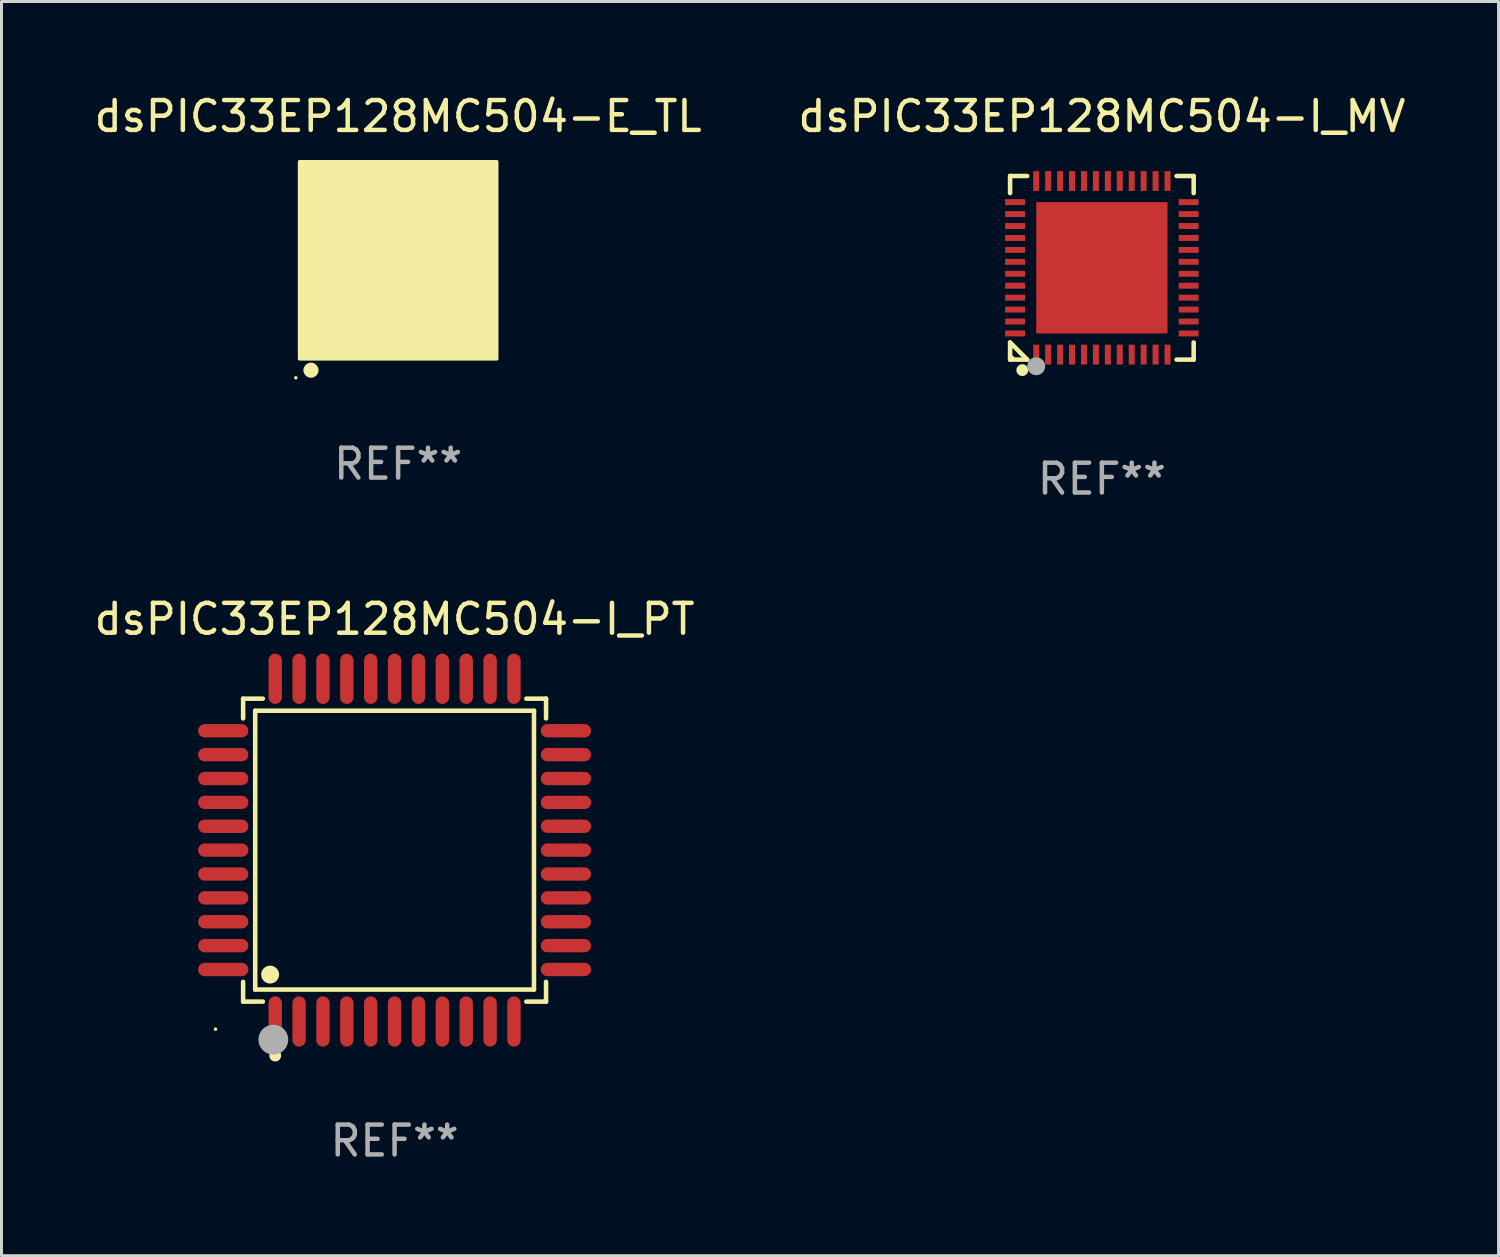
<source format=kicad_pcb>
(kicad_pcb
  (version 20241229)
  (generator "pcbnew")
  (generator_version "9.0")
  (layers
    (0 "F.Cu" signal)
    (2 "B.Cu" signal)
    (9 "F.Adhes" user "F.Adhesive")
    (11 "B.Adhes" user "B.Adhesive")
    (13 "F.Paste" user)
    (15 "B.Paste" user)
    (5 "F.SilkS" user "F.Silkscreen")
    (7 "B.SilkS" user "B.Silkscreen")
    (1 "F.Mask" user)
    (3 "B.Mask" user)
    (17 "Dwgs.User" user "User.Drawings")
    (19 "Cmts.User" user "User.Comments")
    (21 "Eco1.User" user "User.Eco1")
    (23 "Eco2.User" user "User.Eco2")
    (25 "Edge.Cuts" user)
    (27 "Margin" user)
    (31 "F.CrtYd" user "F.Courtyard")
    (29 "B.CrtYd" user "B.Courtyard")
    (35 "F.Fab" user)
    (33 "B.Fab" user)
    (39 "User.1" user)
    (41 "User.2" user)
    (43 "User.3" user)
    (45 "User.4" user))
  (footprint "dsPIC33EP128MC504-E_TL"
    (layer "F.Cu")
    (at 10.292 5.673)
    (property "Reference" "dsPIC33EP128MC504-E_TL" (at 0 -4.825 0) (layer "F.SilkS") (effects (font (size 1 1) (thickness 0.15))))
    (attr through_hole)
    (fp_circle (center -3.429 3.937) (end -3.399 3.937) (stroke (width 0.06) (type solid)) (fill no) (layer "F.SilkS"))
    (fp_circle (center -2.921 3.683) (end -2.794 3.683) (stroke (width 0.254) (type solid)) (fill no) (layer "F.SilkS"))
    (fp_poly (pts (xy -3.302 -3.302) (xy 3.302 -3.302) (xy 3.302 3.302) (xy -3.302 3.302)) (stroke (width 0.12) (type solid)) (fill yes) (layer "F.SilkS"))
    (fp_text user "REF**" (at 0 6.825 0) (layer "F.Fab") (effects (font (size 1 1) (thickness 0.15))))
    (pad "1" smd rect (at -2.25 2.825) (size 0.3 0.45) (layers "F.Cu" "F.Mask" "F.Paste"))
    (pad "2" smd rect (at -1.75 2.825) (size 0.3 0.45) (layers "F.Cu" "F.Mask" "F.Paste"))
    (pad "3" smd rect (at -1.25 2.825) (size 0.3 0.45) (layers "F.Cu" "F.Mask" "F.Paste"))
    (pad "4" smd rect (at -0.75 2.825) (size 0.3 0.45) (layers "F.Cu" "F.Mask" "F.Paste"))
    (pad "5" smd rect (at -0.25 2.825) (size 0.3 0.45) (layers "F.Cu" "F.Mask" "F.Paste"))
    (pad "6" smd rect (at 0.25 2.825) (size 0.3 0.45) (layers "F.Cu" "F.Mask" "F.Paste"))
    (pad "7" smd rect (at 0.75 2.825) (size 0.3 0.45) (layers "F.Cu" "F.Mask" "F.Paste"))
    (pad "8" smd rect (at 1.25 2.825) (size 0.3 0.45) (layers "F.Cu" "F.Mask" "F.Paste"))
    (pad "9" smd rect (at 1.75 2.825) (size 0.3 0.45) (layers "F.Cu" "F.Mask" "F.Paste"))
    (pad "10" smd rect (at 2.25 2.825) (size 0.3 0.45) (layers "F.Cu" "F.Mask" "F.Paste"))
    (pad "11" smd rect (at 2.825 2.825 90) (size 0.45 0.45) (layers "F.Cu" "F.Mask" "F.Paste"))
    (pad "12" smd rect (at 2.825 2.25 90) (size 0.3 0.45) (layers "F.Cu" "F.Mask" "F.Paste"))
    (pad "13" smd rect (at 2.825 1.75 90) (size 0.3 0.45) (layers "F.Cu" "F.Mask" "F.Paste"))
    (pad "14" smd rect (at 2.825 1.25 90) (size 0.3 0.45) (layers "F.Cu" "F.Mask" "F.Paste"))
    (pad "15" smd rect (at 2.825 0.75 90) (size 0.3 0.45) (layers "F.Cu" "F.Mask" "F.Paste"))
    (pad "16" smd rect (at 2.825 0.25 90) (size 0.3 0.45) (layers "F.Cu" "F.Mask" "F.Paste"))
    (pad "17" smd rect (at 2.825 -0.25 90) (size 0.3 0.45) (layers "F.Cu" "F.Mask" "F.Paste"))
    (pad "18" smd rect (at 2.825 -0.75 90) (size 0.3 0.45) (layers "F.Cu" "F.Mask" "F.Paste"))
    (pad "19" smd rect (at 2.825 -1.25 90) (size 0.3 0.45) (layers "F.Cu" "F.Mask" "F.Paste"))
    (pad "20" smd rect (at 2.825 -1.75 90) (size 0.3 0.45) (layers "F.Cu" "F.Mask" "F.Paste"))
    (pad "21" smd rect (at 2.825 -2.25 90) (size 0.3 0.45) (layers "F.Cu" "F.Mask" "F.Paste"))
    (pad "22" smd rect (at 2.825 -2.825 90) (size 0.45 0.45) (layers "F.Cu" "F.Mask" "F.Paste"))
    (pad "23" smd rect (at 2.25 -2.825) (size 0.3 0.45) (layers "F.Cu" "F.Mask" "F.Paste"))
    (pad "24" smd rect (at 1.75 -2.825) (size 0.3 0.45) (layers "F.Cu" "F.Mask" "F.Paste"))
    (pad "25" smd rect (at 1.25 -2.825) (size 0.3 0.45) (layers "F.Cu" "F.Mask" "F.Paste"))
    (pad "26" smd rect (at 0.75 -2.825) (size 0.3 0.45) (layers "F.Cu" "F.Mask" "F.Paste"))
    (pad "27" smd rect (at 0.25 -2.825) (size 0.3 0.45) (layers "F.Cu" "F.Mask" "F.Paste"))
    (pad "28" smd rect (at -0.25 -2.825) (size 0.3 0.45) (layers "F.Cu" "F.Mask" "F.Paste"))
    (pad "29" smd rect (at -0.75 -2.825) (size 0.3 0.45) (layers "F.Cu" "F.Mask" "F.Paste"))
    (pad "30" smd rect (at -1.25 -2.825) (size 0.3 0.45) (layers "F.Cu" "F.Mask" "F.Paste"))
    (pad "31" smd rect (at -1.75 -2.825) (size 0.3 0.45) (layers "F.Cu" "F.Mask" "F.Paste"))
    (pad "32" smd rect (at -2.25 -2.825) (size 0.3 0.45) (layers "F.Cu" "F.Mask" "F.Paste"))
    (pad "33" smd rect (at -2.825 -2.825 90) (size 0.45 0.45) (layers "F.Cu" "F.Mask" "F.Paste"))
    (pad "34" smd rect (at -2.825 -2.25 90) (size 0.3 0.45) (layers "F.Cu" "F.Mask" "F.Paste"))
    (pad "35" smd rect (at -2.825 -1.75 90) (size 0.3 0.45) (layers "F.Cu" "F.Mask" "F.Paste"))
    (pad "36" smd rect (at -2.825 -1.25 90) (size 0.3 0.45) (layers "F.Cu" "F.Mask" "F.Paste"))
    (pad "37" smd rect (at -2.825 -0.75 90) (size 0.3 0.45) (layers "F.Cu" "F.Mask" "F.Paste"))
    (pad "38" smd rect (at -2.825 -0.25 90) (size 0.3 0.45) (layers "F.Cu" "F.Mask" "F.Paste"))
    (pad "39" smd rect (at -2.825 0.25 90) (size 0.3 0.45) (layers "F.Cu" "F.Mask" "F.Paste"))
    (pad "40" smd rect (at -2.825 0.75 90) (size 0.3 0.45) (layers "F.Cu" "F.Mask" "F.Paste"))
    (pad "41" smd rect (at -2.825 1.25 90) (size 0.3 0.45) (layers "F.Cu" "F.Mask" "F.Paste"))
    (pad "42" smd rect (at -2.825 1.75 90) (size 0.3 0.45) (layers "F.Cu" "F.Mask" "F.Paste"))
    (pad "43" smd rect (at -2.825 2.25 90) (size 0.3 0.45) (layers "F.Cu" "F.Mask" "F.Paste"))
    (pad "44" smd rect (at -2.825 2.825 90) (size 0.45 0.45) (layers "F.Cu" "F.Mask" "F.Paste"))
    (pad "45" smd rect (at 0 0 90) (size 4.6 4.6) (layers "F.Cu" "F.Mask" "F.Paste")))
  (footprint "dsPIC33EP128MC504-I_PT"
    (layer "F.Cu")
    (at 10.173 25.439)
    (property "Reference" "dsPIC33EP128MC504-I_PT" (at 0 -7.742 0) (layer "F.SilkS") (effects (font (size 1 1) (thickness 0.15))))
    (attr through_hole)
    (fp_line (start -5.076 -5.076) (end -4.415 -5.076) (stroke (width 0.152) (type solid)) (layer "F.SilkS"))
    (fp_line (start -5.076 -4.415) (end -5.076 -5.076) (stroke (width 0.152) (type solid)) (layer "F.SilkS"))
    (fp_line (start -5.076 4.415) (end -5.076 5.076) (stroke (width 0.152) (type solid)) (layer "F.SilkS"))
    (fp_line (start -5.076 5.076) (end -4.415 5.076) (stroke (width 0.152) (type solid)) (layer "F.SilkS"))
    (fp_line (start -4.671 -4.671) (end 4.671 -4.671) (stroke (width 0.152) (type solid)) (layer "F.SilkS"))
    (fp_line (start -4.671 4.671) (end -4.671 -4.671) (stroke (width 0.152) (type solid)) (layer "F.SilkS"))
    (fp_line (start 4.671 -4.671) (end 4.671 4.671) (stroke (width 0.152) (type solid)) (layer "F.SilkS"))
    (fp_line (start 4.671 4.671) (end -4.671 4.671) (stroke (width 0.152) (type solid)) (layer "F.SilkS"))
    (fp_line (start 5.076 -5.076) (end 4.415 -5.076) (stroke (width 0.152) (type solid)) (layer "F.SilkS"))
    (fp_line (start 5.076 -4.415) (end 5.076 -5.076) (stroke (width 0.152) (type solid)) (layer "F.SilkS"))
    (fp_line (start 5.076 4.415) (end 5.076 5.076) (stroke (width 0.152) (type solid)) (layer "F.SilkS"))
    (fp_line (start 5.076 5.076) (end 4.415 5.076) (stroke (width 0.152) (type solid)) (layer "F.SilkS"))
    (fp_circle (center -6 6) (end -5.97 6) (stroke (width 0.06) (type solid)) (fill no) (layer "F.SilkS"))
    (fp_circle (center -4.171 4.171) (end -4.021 4.171) (stroke (width 0.3) (type solid)) (fill no) (layer "F.SilkS"))
    (fp_circle (center -4 6.884) (end -3.9 6.884) (stroke (width 0.2) (type solid)) (fill no) (layer "F.SilkS"))
    (fp_circle (center -4.064 6.35) (end -3.814 6.35) (stroke (width 0.5) (type solid)) (fill no) (layer "F.Fab"))
    (fp_text user "REF**" (at 0 9.742 0) (layer "F.Fab") (effects (font (size 1 1) (thickness 0.15))))
    (pad "1" smd oval (at -4 5.742) (size 0.448 1.684) (layers "F.Cu" "F.Mask" "F.Paste"))
    (pad "2" smd oval (at -3.2 5.742) (size 0.448 1.684) (layers "F.Cu" "F.Mask" "F.Paste"))
    (pad "3" smd oval (at -2.4 5.742) (size 0.448 1.684) (layers "F.Cu" "F.Mask" "F.Paste"))
    (pad "4" smd oval (at -1.6 5.742) (size 0.448 1.684) (layers "F.Cu" "F.Mask" "F.Paste"))
    (pad "5" smd oval (at -0.8 5.742) (size 0.448 1.684) (layers "F.Cu" "F.Mask" "F.Paste"))
    (pad "6" smd oval (at 0 5.742) (size 0.448 1.684) (layers "F.Cu" "F.Mask" "F.Paste"))
    (pad "7" smd oval (at 0.8 5.742) (size 0.448 1.684) (layers "F.Cu" "F.Mask" "F.Paste"))
    (pad "8" smd oval (at 1.6 5.742) (size 0.448 1.684) (layers "F.Cu" "F.Mask" "F.Paste"))
    (pad "9" smd oval (at 2.4 5.742) (size 0.448 1.684) (layers "F.Cu" "F.Mask" "F.Paste"))
    (pad "10" smd oval (at 3.2 5.742) (size 0.448 1.684) (layers "F.Cu" "F.Mask" "F.Paste"))
    (pad "11" smd oval (at 4 5.742) (size 0.448 1.684) (layers "F.Cu" "F.Mask" "F.Paste"))
    (pad "12" smd oval (at 5.742 4) (size 1.684 0.448) (layers "F.Cu" "F.Mask" "F.Paste"))
    (pad "13" smd oval (at 5.742 3.2) (size 1.684 0.448) (layers "F.Cu" "F.Mask" "F.Paste"))
    (pad "14" smd oval (at 5.742 2.4) (size 1.684 0.448) (layers "F.Cu" "F.Mask" "F.Paste"))
    (pad "15" smd oval (at 5.742 1.6) (size 1.684 0.448) (layers "F.Cu" "F.Mask" "F.Paste"))
    (pad "16" smd oval (at 5.742 0.8) (size 1.684 0.448) (layers "F.Cu" "F.Mask" "F.Paste"))
    (pad "17" smd oval (at 5.742 0) (size 1.684 0.448) (layers "F.Cu" "F.Mask" "F.Paste"))
    (pad "18" smd oval (at 5.742 -0.8) (size 1.684 0.448) (layers "F.Cu" "F.Mask" "F.Paste"))
    (pad "19" smd oval (at 5.742 -1.6) (size 1.684 0.448) (layers "F.Cu" "F.Mask" "F.Paste"))
    (pad "20" smd oval (at 5.742 -2.4) (size 1.684 0.448) (layers "F.Cu" "F.Mask" "F.Paste"))
    (pad "21" smd oval (at 5.742 -3.2) (size 1.684 0.448) (layers "F.Cu" "F.Mask" "F.Paste"))
    (pad "22" smd oval (at 5.742 -4) (size 1.684 0.448) (layers "F.Cu" "F.Mask" "F.Paste"))
    (pad "23" smd oval (at 4 -5.742) (size 0.448 1.684) (layers "F.Cu" "F.Mask" "F.Paste"))
    (pad "24" smd oval (at 3.2 -5.742) (size 0.448 1.684) (layers "F.Cu" "F.Mask" "F.Paste"))
    (pad "25" smd oval (at 2.4 -5.742) (size 0.448 1.684) (layers "F.Cu" "F.Mask" "F.Paste"))
    (pad "26" smd oval (at 1.6 -5.742) (size 0.448 1.684) (layers "F.Cu" "F.Mask" "F.Paste"))
    (pad "27" smd oval (at 0.8 -5.742) (size 0.448 1.684) (layers "F.Cu" "F.Mask" "F.Paste"))
    (pad "28" smd oval (at 0 -5.742) (size 0.448 1.684) (layers "F.Cu" "F.Mask" "F.Paste"))
    (pad "29" smd oval (at -0.8 -5.742) (size 0.448 1.684) (layers "F.Cu" "F.Mask" "F.Paste"))
    (pad "30" smd oval (at -1.6 -5.742) (size 0.448 1.684) (layers "F.Cu" "F.Mask" "F.Paste"))
    (pad "31" smd oval (at -2.4 -5.742) (size 0.448 1.684) (layers "F.Cu" "F.Mask" "F.Paste"))
    (pad "32" smd oval (at -3.2 -5.742) (size 0.448 1.684) (layers "F.Cu" "F.Mask" "F.Paste"))
    (pad "33" smd oval (at -4 -5.742) (size 0.448 1.684) (layers "F.Cu" "F.Mask" "F.Paste"))
    (pad "34" smd oval (at -5.742 -4) (size 1.684 0.448) (layers "F.Cu" "F.Mask" "F.Paste"))
    (pad "35" smd oval (at -5.742 -3.2) (size 1.684 0.448) (layers "F.Cu" "F.Mask" "F.Paste"))
    (pad "36" smd oval (at -5.742 -2.4) (size 1.684 0.448) (layers "F.Cu" "F.Mask" "F.Paste"))
    (pad "37" smd oval (at -5.742 -1.6) (size 1.684 0.448) (layers "F.Cu" "F.Mask" "F.Paste"))
    (pad "38" smd oval (at -5.742 -0.8) (size 1.684 0.448) (layers "F.Cu" "F.Mask" "F.Paste"))
    (pad "39" smd oval (at -5.742 0) (size 1.684 0.448) (layers "F.Cu" "F.Mask" "F.Paste"))
    (pad "40" smd oval (at -5.742 0.8) (size 1.684 0.448) (layers "F.Cu" "F.Mask" "F.Paste"))
    (pad "41" smd oval (at -5.742 1.6) (size 1.684 0.448) (layers "F.Cu" "F.Mask" "F.Paste"))
    (pad "42" smd oval (at -5.742 2.4) (size 1.684 0.448) (layers "F.Cu" "F.Mask" "F.Paste"))
    (pad "43" smd oval (at -5.742 3.2) (size 1.684 0.448) (layers "F.Cu" "F.Mask" "F.Paste"))
    (pad "44" smd oval (at -5.742 4) (size 1.684 0.448) (layers "F.Cu" "F.Mask" "F.Paste")))
  (footprint "dsPIC33EP128MC504-I_MV"
    (layer "F.Cu")
    (at 33.875 5.924)
    (property "Reference" "dsPIC33EP128MC504-I_MV" (at 0 -5.076 0) (layer "F.SilkS") (effects (font (size 1 1) (thickness 0.15))))
    (attr through_hole)
    (fp_line (start -3.076 -3.076) (end -2.503 -3.076) (stroke (width 0.152) (type solid)) (layer "F.SilkS"))
    (fp_line (start -3.076 -2.503) (end -3.076 -3.076) (stroke (width 0.152) (type solid)) (layer "F.SilkS"))
    (fp_line (start -3.076 2.503) (end -3.076 3.076) (stroke (width 0.152) (type solid)) (layer "F.SilkS"))
    (fp_line (start -3.076 2.503) (end -2.503 3.076) (stroke (width 0.152) (type solid)) (layer "F.SilkS"))
    (fp_line (start -3.076 3.076) (end -2.503 3.076) (stroke (width 0.152) (type solid)) (layer "F.SilkS"))
    (fp_line (start 3.076 -3.076) (end 2.503 -3.076) (stroke (width 0.152) (type solid)) (layer "F.SilkS"))
    (fp_line (start 3.076 -2.503) (end 3.076 -3.076) (stroke (width 0.152) (type solid)) (layer "F.SilkS"))
    (fp_line (start 3.076 2.503) (end 3.076 3.076) (stroke (width 0.152) (type solid)) (layer "F.SilkS"))
    (fp_line (start 3.076 3.076) (end 2.503 3.076) (stroke (width 0.152) (type solid)) (layer "F.SilkS"))
    (fp_circle (center -3 3) (end -2.97 3) (stroke (width 0.06) (type solid)) (fill no) (layer "F.SilkS"))
    (fp_circle (center -2.667 3.429) (end -2.567 3.429) (stroke (width 0.2) (type solid)) (fill no) (layer "F.SilkS"))
    (fp_circle (center -2.2 3.3) (end -2.05 3.3) (stroke (width 0.3) (type solid)) (fill no) (layer "F.Fab"))
    (fp_text user "REF**" (at 0 7.076 0) (layer "F.Fab") (effects (font (size 1 1) (thickness 0.15))))
    (pad "1" smd rect (at -2.2 2.908) (size 0.2 0.665) (layers "F.Cu" "F.Mask" "F.Paste"))
    (pad "2" smd rect (at -1.8 2.908) (size 0.2 0.665) (layers "F.Cu" "F.Mask" "F.Paste"))
    (pad "3" smd rect (at -1.4 2.908) (size 0.2 0.665) (layers "F.Cu" "F.Mask" "F.Paste"))
    (pad "4" smd rect (at -1 2.908) (size 0.2 0.665) (layers "F.Cu" "F.Mask" "F.Paste"))
    (pad "5" smd rect (at -0.6 2.908) (size 0.2 0.665) (layers "F.Cu" "F.Mask" "F.Paste"))
    (pad "6" smd rect (at -0.2 2.908) (size 0.2 0.665) (layers "F.Cu" "F.Mask" "F.Paste"))
    (pad "7" smd rect (at 0.2 2.908) (size 0.2 0.665) (layers "F.Cu" "F.Mask" "F.Paste"))
    (pad "8" smd rect (at 0.6 2.908) (size 0.2 0.665) (layers "F.Cu" "F.Mask" "F.Paste"))
    (pad "9" smd rect (at 1 2.908) (size 0.2 0.665) (layers "F.Cu" "F.Mask" "F.Paste"))
    (pad "10" smd rect (at 1.4 2.908) (size 0.2 0.665) (layers "F.Cu" "F.Mask" "F.Paste"))
    (pad "11" smd rect (at 1.8 2.908) (size 0.2 0.665) (layers "F.Cu" "F.Mask" "F.Paste"))
    (pad "12" smd rect (at 2.2 2.908) (size 0.2 0.665) (layers "F.Cu" "F.Mask" "F.Paste"))
    (pad "13" smd rect (at 2.908 2.2) (size 0.665 0.2) (layers "F.Cu" "F.Mask" "F.Paste"))
    (pad "14" smd rect (at 2.908 1.8) (size 0.665 0.2) (layers "F.Cu" "F.Mask" "F.Paste"))
    (pad "15" smd rect (at 2.908 1.4) (size 0.665 0.2) (layers "F.Cu" "F.Mask" "F.Paste"))
    (pad "16" smd rect (at 2.908 1) (size 0.665 0.2) (layers "F.Cu" "F.Mask" "F.Paste"))
    (pad "17" smd rect (at 2.908 0.6) (size 0.665 0.2) (layers "F.Cu" "F.Mask" "F.Paste"))
    (pad "18" smd rect (at 2.908 0.2) (size 0.665 0.2) (layers "F.Cu" "F.Mask" "F.Paste"))
    (pad "19" smd rect (at 2.908 -0.2) (size 0.665 0.2) (layers "F.Cu" "F.Mask" "F.Paste"))
    (pad "20" smd rect (at 2.908 -0.6) (size 0.665 0.2) (layers "F.Cu" "F.Mask" "F.Paste"))
    (pad "21" smd rect (at 2.908 -1) (size 0.665 0.2) (layers "F.Cu" "F.Mask" "F.Paste"))
    (pad "22" smd rect (at 2.908 -1.4) (size 0.665 0.2) (layers "F.Cu" "F.Mask" "F.Paste"))
    (pad "23" smd rect (at 2.908 -1.8) (size 0.665 0.2) (layers "F.Cu" "F.Mask" "F.Paste"))
    (pad "24" smd rect (at 2.908 -2.2) (size 0.665 0.2) (layers "F.Cu" "F.Mask" "F.Paste"))
    (pad "25" smd rect (at 2.2 -2.908) (size 0.2 0.665) (layers "F.Cu" "F.Mask" "F.Paste"))
    (pad "26" smd rect (at 1.8 -2.908) (size 0.2 0.665) (layers "F.Cu" "F.Mask" "F.Paste"))
    (pad "27" smd rect (at 1.4 -2.908) (size 0.2 0.665) (layers "F.Cu" "F.Mask" "F.Paste"))
    (pad "28" smd rect (at 1 -2.908) (size 0.2 0.665) (layers "F.Cu" "F.Mask" "F.Paste"))
    (pad "29" smd rect (at 0.6 -2.908) (size 0.2 0.665) (layers "F.Cu" "F.Mask" "F.Paste"))
    (pad "30" smd rect (at 0.2 -2.908) (size 0.2 0.665) (layers "F.Cu" "F.Mask" "F.Paste"))
    (pad "31" smd rect (at -0.2 -2.908) (size 0.2 0.665) (layers "F.Cu" "F.Mask" "F.Paste"))
    (pad "32" smd rect (at -0.6 -2.908) (size 0.2 0.665) (layers "F.Cu" "F.Mask" "F.Paste"))
    (pad "33" smd rect (at -1 -2.908) (size 0.2 0.665) (layers "F.Cu" "F.Mask" "F.Paste"))
    (pad "34" smd rect (at -1.4 -2.908) (size 0.2 0.665) (layers "F.Cu" "F.Mask" "F.Paste"))
    (pad "35" smd rect (at -1.8 -2.908) (size 0.2 0.665) (layers "F.Cu" "F.Mask" "F.Paste"))
    (pad "36" smd rect (at -2.2 -2.908) (size 0.2 0.665) (layers "F.Cu" "F.Mask" "F.Paste"))
    (pad "37" smd rect (at -2.908 -2.2) (size 0.665 0.2) (layers "F.Cu" "F.Mask" "F.Paste"))
    (pad "38" smd rect (at -2.908 -1.8) (size 0.665 0.2) (layers "F.Cu" "F.Mask" "F.Paste"))
    (pad "39" smd rect (at -2.908 -1.4) (size 0.665 0.2) (layers "F.Cu" "F.Mask" "F.Paste"))
    (pad "40" smd rect (at -2.908 -1) (size 0.665 0.2) (layers "F.Cu" "F.Mask" "F.Paste"))
    (pad "41" smd rect (at -2.908 -0.6) (size 0.665 0.2) (layers "F.Cu" "F.Mask" "F.Paste"))
    (pad "42" smd rect (at -2.908 -0.2) (size 0.665 0.2) (layers "F.Cu" "F.Mask" "F.Paste"))
    (pad "43" smd rect (at -2.908 0.2) (size 0.665 0.2) (layers "F.Cu" "F.Mask" "F.Paste"))
    (pad "44" smd rect (at -2.908 0.6) (size 0.665 0.2) (layers "F.Cu" "F.Mask" "F.Paste"))
    (pad "45" smd rect (at -2.908 1) (size 0.665 0.2) (layers "F.Cu" "F.Mask" "F.Paste"))
    (pad "46" smd rect (at -2.908 1.4) (size 0.665 0.2) (layers "F.Cu" "F.Mask" "F.Paste"))
    (pad "47" smd rect (at -2.908 1.8) (size 0.665 0.2) (layers "F.Cu" "F.Mask" "F.Paste"))
    (pad "48" smd rect (at -2.908 2.2) (size 0.665 0.2) (layers "F.Cu" "F.Mask" "F.Paste"))
    (pad "49" smd rect (at 0 0) (size 4.4 4.4) (layers "F.Cu" "F.Mask" "F.Paste")))
  (gr_rect
    (start -3 -3)
    (end 47.167 39.029)
    (stroke (width 0.1) (type default))
    (fill no)
    (layer "Edge.Cuts")))
</source>
